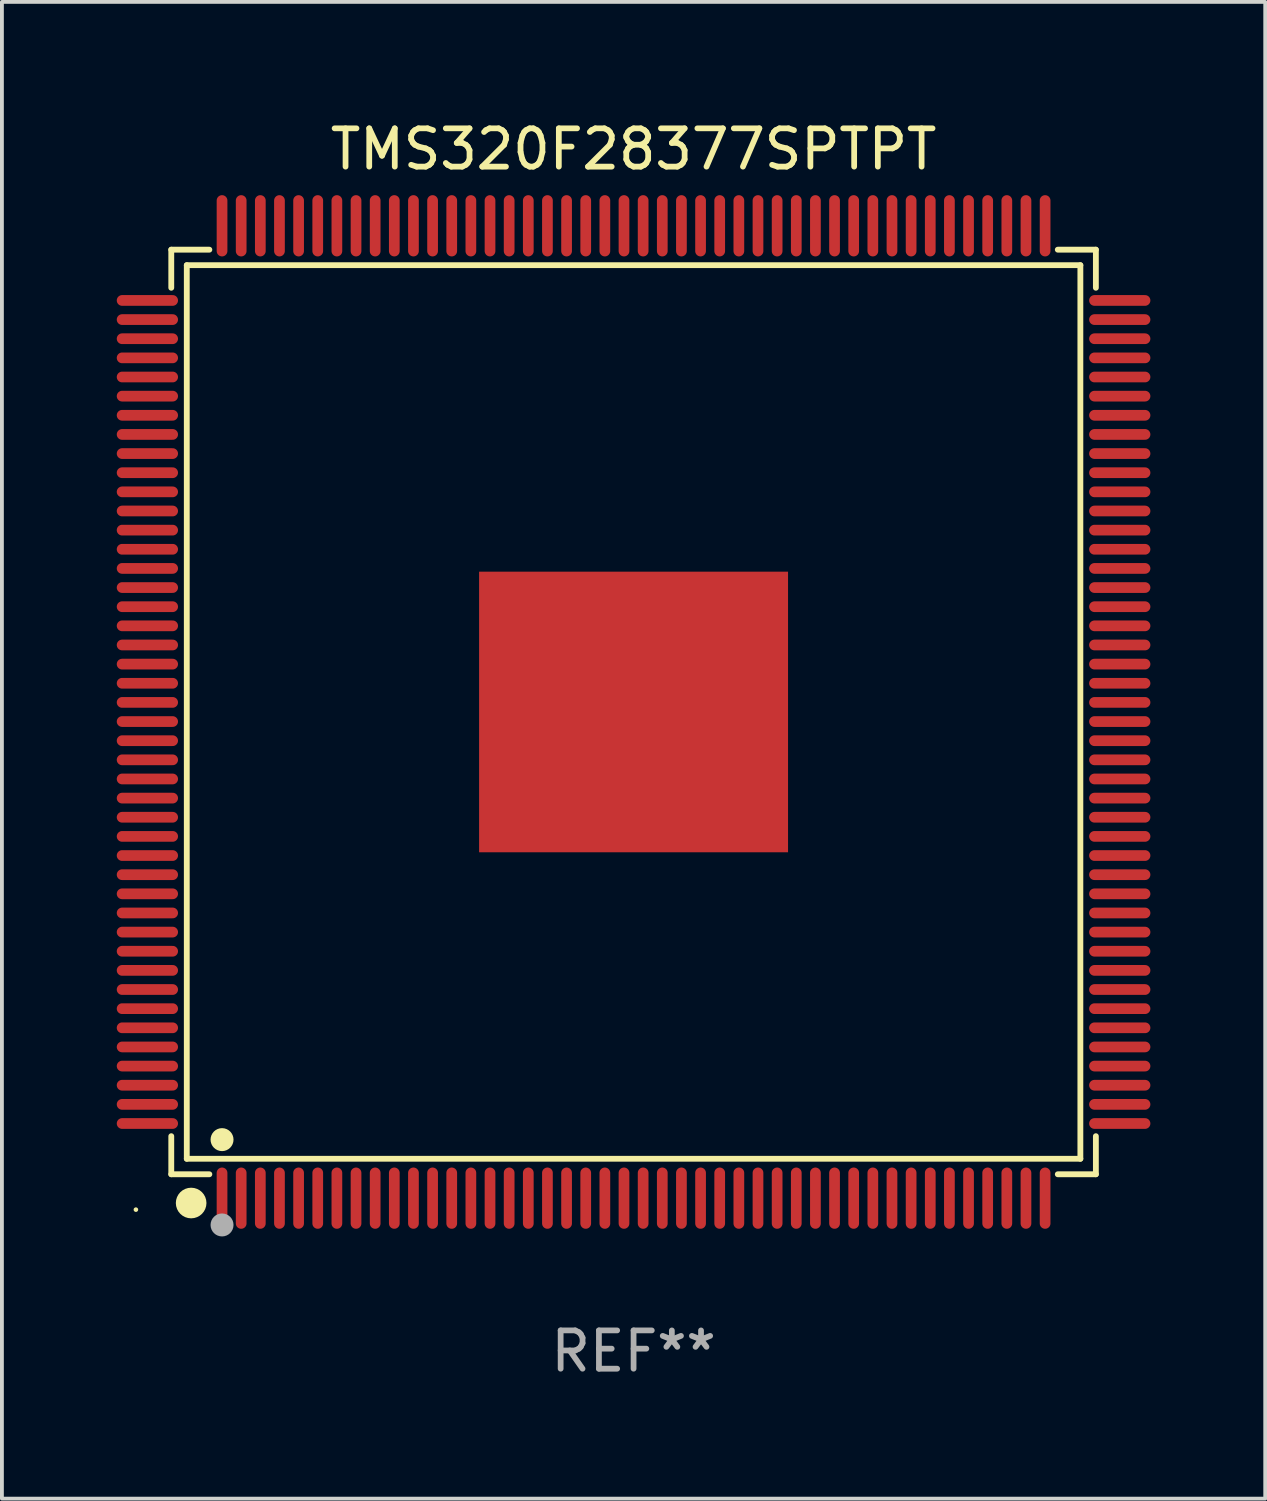
<source format=kicad_pcb>
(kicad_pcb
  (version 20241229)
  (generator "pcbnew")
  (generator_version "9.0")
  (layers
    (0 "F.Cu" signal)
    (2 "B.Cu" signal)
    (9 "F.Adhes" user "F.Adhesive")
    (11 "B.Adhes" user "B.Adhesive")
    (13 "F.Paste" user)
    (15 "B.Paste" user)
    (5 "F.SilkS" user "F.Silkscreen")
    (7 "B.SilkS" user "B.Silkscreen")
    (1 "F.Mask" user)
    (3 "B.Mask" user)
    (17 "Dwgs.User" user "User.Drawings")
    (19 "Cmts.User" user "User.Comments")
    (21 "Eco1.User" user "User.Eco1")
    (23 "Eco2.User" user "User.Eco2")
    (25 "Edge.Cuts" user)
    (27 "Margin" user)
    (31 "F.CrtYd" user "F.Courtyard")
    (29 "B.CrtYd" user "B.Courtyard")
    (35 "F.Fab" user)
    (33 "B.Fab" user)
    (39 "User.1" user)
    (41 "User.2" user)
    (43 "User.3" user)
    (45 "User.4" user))
  (footprint "TMS320F28377SPTPT"
    (layer "F.Cu")
    (at 13.5 15.548)
    (property "Reference" "TMS320F28377SPTPT" (at 0 -14.7 0) (layer "F.SilkS") (effects (font (size 1 1) (thickness 0.15))))
    (attr through_hole)
    (fp_line (start -12.076 -12.076) (end -11.081 -12.076) (stroke (width 0.152) (type solid)) (layer "F.SilkS"))
    (fp_line (start -12.076 -11.081) (end -12.076 -12.076) (stroke (width 0.152) (type solid)) (layer "F.SilkS"))
    (fp_line (start -12.076 11.081) (end -12.076 12.076) (stroke (width 0.152) (type solid)) (layer "F.SilkS"))
    (fp_line (start -12.076 12.076) (end -11.081 12.076) (stroke (width 0.152) (type solid)) (layer "F.SilkS"))
    (fp_line (start -11.671 -11.671) (end 11.671 -11.671) (stroke (width 0.152) (type solid)) (layer "F.SilkS"))
    (fp_line (start -11.671 11.671) (end -11.671 -11.671) (stroke (width 0.152) (type solid)) (layer "F.SilkS"))
    (fp_line (start 11.671 -11.671) (end 11.671 11.671) (stroke (width 0.152) (type solid)) (layer "F.SilkS"))
    (fp_line (start 11.671 11.671) (end -11.671 11.671) (stroke (width 0.152) (type solid)) (layer "F.SilkS"))
    (fp_line (start 12.076 -12.076) (end 11.081 -12.076) (stroke (width 0.152) (type solid)) (layer "F.SilkS"))
    (fp_line (start 12.076 -11.081) (end 12.076 -12.076) (stroke (width 0.152) (type solid)) (layer "F.SilkS"))
    (fp_line (start 12.076 11.081) (end 12.076 12.076) (stroke (width 0.152) (type solid)) (layer "F.SilkS"))
    (fp_line (start 12.076 12.076) (end 11.081 12.076) (stroke (width 0.152) (type solid)) (layer "F.SilkS"))
    (fp_circle (center -13 13) (end -12.97 13) (stroke (width 0.06) (type solid)) (fill no) (layer "F.SilkS"))
    (fp_circle (center -11.557 12.827) (end -11.357 12.827) (stroke (width 0.4) (type solid)) (fill no) (layer "F.SilkS"))
    (fp_circle (center -10.75 11.171) (end -10.6 11.171) (stroke (width 0.3) (type solid)) (fill no) (layer "F.SilkS"))
    (fp_circle (center -10.75 13.4) (end -10.6 13.4) (stroke (width 0.3) (type solid)) (fill no) (layer "F.Fab"))
    (fp_text user "REF**" (at 0 16.7 0) (layer "F.Fab") (effects (font (size 1 1) (thickness 0.15))))
    (pad "1" smd oval (at -10.75 12.7) (size 0.28 1.6) (layers "F.Cu" "F.Mask" "F.Paste"))
    (pad "2" smd oval (at -10.25 12.7) (size 0.28 1.6) (layers "F.Cu" "F.Mask" "F.Paste"))
    (pad "3" smd oval (at -9.75 12.7) (size 0.28 1.6) (layers "F.Cu" "F.Mask" "F.Paste"))
    (pad "4" smd oval (at -9.25 12.7) (size 0.28 1.6) (layers "F.Cu" "F.Mask" "F.Paste"))
    (pad "5" smd oval (at -8.75 12.7) (size 0.28 1.6) (layers "F.Cu" "F.Mask" "F.Paste"))
    (pad "6" smd oval (at -8.25 12.7) (size 0.28 1.6) (layers "F.Cu" "F.Mask" "F.Paste"))
    (pad "7" smd oval (at -7.75 12.7) (size 0.28 1.6) (layers "F.Cu" "F.Mask" "F.Paste"))
    (pad "8" smd oval (at -7.25 12.7) (size 0.28 1.6) (layers "F.Cu" "F.Mask" "F.Paste"))
    (pad "9" smd oval (at -6.75 12.7) (size 0.28 1.6) (layers "F.Cu" "F.Mask" "F.Paste"))
    (pad "10" smd oval (at -6.25 12.7) (size 0.28 1.6) (layers "F.Cu" "F.Mask" "F.Paste"))
    (pad "11" smd oval (at -5.75 12.7) (size 0.28 1.6) (layers "F.Cu" "F.Mask" "F.Paste"))
    (pad "12" smd oval (at -5.25 12.7) (size 0.28 1.6) (layers "F.Cu" "F.Mask" "F.Paste"))
    (pad "13" smd oval (at -4.75 12.7) (size 0.28 1.6) (layers "F.Cu" "F.Mask" "F.Paste"))
    (pad "14" smd oval (at -4.25 12.7) (size 0.28 1.6) (layers "F.Cu" "F.Mask" "F.Paste"))
    (pad "15" smd oval (at -3.75 12.7) (size 0.28 1.6) (layers "F.Cu" "F.Mask" "F.Paste"))
    (pad "16" smd oval (at -3.25 12.7) (size 0.28 1.6) (layers "F.Cu" "F.Mask" "F.Paste"))
    (pad "17" smd oval (at -2.75 12.7) (size 0.28 1.6) (layers "F.Cu" "F.Mask" "F.Paste"))
    (pad "18" smd oval (at -2.25 12.7) (size 0.28 1.6) (layers "F.Cu" "F.Mask" "F.Paste"))
    (pad "19" smd oval (at -1.75 12.7) (size 0.28 1.6) (layers "F.Cu" "F.Mask" "F.Paste"))
    (pad "20" smd oval (at -1.25 12.7) (size 0.28 1.6) (layers "F.Cu" "F.Mask" "F.Paste"))
    (pad "21" smd oval (at -0.75 12.7) (size 0.28 1.6) (layers "F.Cu" "F.Mask" "F.Paste"))
    (pad "22" smd oval (at -0.25 12.7) (size 0.28 1.6) (layers "F.Cu" "F.Mask" "F.Paste"))
    (pad "23" smd oval (at 0.25 12.7) (size 0.28 1.6) (layers "F.Cu" "F.Mask" "F.Paste"))
    (pad "24" smd oval (at 0.75 12.7) (size 0.28 1.6) (layers "F.Cu" "F.Mask" "F.Paste"))
    (pad "25" smd oval (at 1.25 12.7) (size 0.28 1.6) (layers "F.Cu" "F.Mask" "F.Paste"))
    (pad "26" smd oval (at 1.75 12.7) (size 0.28 1.6) (layers "F.Cu" "F.Mask" "F.Paste"))
    (pad "27" smd oval (at 2.25 12.7) (size 0.28 1.6) (layers "F.Cu" "F.Mask" "F.Paste"))
    (pad "28" smd oval (at 2.75 12.7) (size 0.28 1.6) (layers "F.Cu" "F.Mask" "F.Paste"))
    (pad "29" smd oval (at 3.25 12.7) (size 0.28 1.6) (layers "F.Cu" "F.Mask" "F.Paste"))
    (pad "30" smd oval (at 3.75 12.7) (size 0.28 1.6) (layers "F.Cu" "F.Mask" "F.Paste"))
    (pad "31" smd oval (at 4.25 12.7) (size 0.28 1.6) (layers "F.Cu" "F.Mask" "F.Paste"))
    (pad "32" smd oval (at 4.75 12.7) (size 0.28 1.6) (layers "F.Cu" "F.Mask" "F.Paste"))
    (pad "33" smd oval (at 5.25 12.7) (size 0.28 1.6) (layers "F.Cu" "F.Mask" "F.Paste"))
    (pad "34" smd oval (at 5.75 12.7) (size 0.28 1.6) (layers "F.Cu" "F.Mask" "F.Paste"))
    (pad "35" smd oval (at 6.25 12.7) (size 0.28 1.6) (layers "F.Cu" "F.Mask" "F.Paste"))
    (pad "36" smd oval (at 6.75 12.7) (size 0.28 1.6) (layers "F.Cu" "F.Mask" "F.Paste"))
    (pad "37" smd oval (at 7.25 12.7) (size 0.28 1.6) (layers "F.Cu" "F.Mask" "F.Paste"))
    (pad "38" smd oval (at 7.75 12.7) (size 0.28 1.6) (layers "F.Cu" "F.Mask" "F.Paste"))
    (pad "39" smd oval (at 8.25 12.7) (size 0.28 1.6) (layers "F.Cu" "F.Mask" "F.Paste"))
    (pad "40" smd oval (at 8.75 12.7) (size 0.28 1.6) (layers "F.Cu" "F.Mask" "F.Paste"))
    (pad "41" smd oval (at 9.25 12.7) (size 0.28 1.6) (layers "F.Cu" "F.Mask" "F.Paste"))
    (pad "42" smd oval (at 9.75 12.7) (size 0.28 1.6) (layers "F.Cu" "F.Mask" "F.Paste"))
    (pad "43" smd oval (at 10.25 12.7) (size 0.28 1.6) (layers "F.Cu" "F.Mask" "F.Paste"))
    (pad "44" smd oval (at 10.75 12.7) (size 0.28 1.6) (layers "F.Cu" "F.Mask" "F.Paste"))
    (pad "45" smd oval (at 12.7 10.75) (size 1.6 0.28) (layers "F.Cu" "F.Mask" "F.Paste"))
    (pad "46" smd oval (at 12.7 10.25) (size 1.6 0.28) (layers "F.Cu" "F.Mask" "F.Paste"))
    (pad "47" smd oval (at 12.7 9.75) (size 1.6 0.28) (layers "F.Cu" "F.Mask" "F.Paste"))
    (pad "48" smd oval (at 12.7 9.25) (size 1.6 0.28) (layers "F.Cu" "F.Mask" "F.Paste"))
    (pad "49" smd oval (at 12.7 8.75) (size 1.6 0.28) (layers "F.Cu" "F.Mask" "F.Paste"))
    (pad "50" smd oval (at 12.7 8.25) (size 1.6 0.28) (layers "F.Cu" "F.Mask" "F.Paste"))
    (pad "51" smd oval (at 12.7 7.75) (size 1.6 0.28) (layers "F.Cu" "F.Mask" "F.Paste"))
    (pad "52" smd oval (at 12.7 7.25) (size 1.6 0.28) (layers "F.Cu" "F.Mask" "F.Paste"))
    (pad "53" smd oval (at 12.7 6.75) (size 1.6 0.28) (layers "F.Cu" "F.Mask" "F.Paste"))
    (pad "54" smd oval (at 12.7 6.25) (size 1.6 0.28) (layers "F.Cu" "F.Mask" "F.Paste"))
    (pad "55" smd oval (at 12.7 5.75) (size 1.6 0.28) (layers "F.Cu" "F.Mask" "F.Paste"))
    (pad "56" smd oval (at 12.7 5.25) (size 1.6 0.28) (layers "F.Cu" "F.Mask" "F.Paste"))
    (pad "57" smd oval (at 12.7 4.75) (size 1.6 0.28) (layers "F.Cu" "F.Mask" "F.Paste"))
    (pad "58" smd oval (at 12.7 4.25) (size 1.6 0.28) (layers "F.Cu" "F.Mask" "F.Paste"))
    (pad "59" smd oval (at 12.7 3.75) (size 1.6 0.28) (layers "F.Cu" "F.Mask" "F.Paste"))
    (pad "60" smd oval (at 12.7 3.25) (size 1.6 0.28) (layers "F.Cu" "F.Mask" "F.Paste"))
    (pad "61" smd oval (at 12.7 2.75) (size 1.6 0.28) (layers "F.Cu" "F.Mask" "F.Paste"))
    (pad "62" smd oval (at 12.7 2.25) (size 1.6 0.28) (layers "F.Cu" "F.Mask" "F.Paste"))
    (pad "63" smd oval (at 12.7 1.75) (size 1.6 0.28) (layers "F.Cu" "F.Mask" "F.Paste"))
    (pad "64" smd oval (at 12.7 1.25) (size 1.6 0.28) (layers "F.Cu" "F.Mask" "F.Paste"))
    (pad "65" smd oval (at 12.7 0.75) (size 1.6 0.28) (layers "F.Cu" "F.Mask" "F.Paste"))
    (pad "66" smd oval (at 12.7 0.25) (size 1.6 0.28) (layers "F.Cu" "F.Mask" "F.Paste"))
    (pad "67" smd oval (at 12.7 -0.25) (size 1.6 0.28) (layers "F.Cu" "F.Mask" "F.Paste"))
    (pad "68" smd oval (at 12.7 -0.75) (size 1.6 0.28) (layers "F.Cu" "F.Mask" "F.Paste"))
    (pad "69" smd oval (at 12.7 -1.25) (size 1.6 0.28) (layers "F.Cu" "F.Mask" "F.Paste"))
    (pad "70" smd oval (at 12.7 -1.75) (size 1.6 0.28) (layers "F.Cu" "F.Mask" "F.Paste"))
    (pad "71" smd oval (at 12.7 -2.25) (size 1.6 0.28) (layers "F.Cu" "F.Mask" "F.Paste"))
    (pad "72" smd oval (at 12.7 -2.75) (size 1.6 0.28) (layers "F.Cu" "F.Mask" "F.Paste"))
    (pad "73" smd oval (at 12.7 -3.25) (size 1.6 0.28) (layers "F.Cu" "F.Mask" "F.Paste"))
    (pad "74" smd oval (at 12.7 -3.75) (size 1.6 0.28) (layers "F.Cu" "F.Mask" "F.Paste"))
    (pad "75" smd oval (at 12.7 -4.25) (size 1.6 0.28) (layers "F.Cu" "F.Mask" "F.Paste"))
    (pad "76" smd oval (at 12.7 -4.75) (size 1.6 0.28) (layers "F.Cu" "F.Mask" "F.Paste"))
    (pad "77" smd oval (at 12.7 -5.25) (size 1.6 0.28) (layers "F.Cu" "F.Mask" "F.Paste"))
    (pad "78" smd oval (at 12.7 -5.75) (size 1.6 0.28) (layers "F.Cu" "F.Mask" "F.Paste"))
    (pad "79" smd oval (at 12.7 -6.25) (size 1.6 0.28) (layers "F.Cu" "F.Mask" "F.Paste"))
    (pad "80" smd oval (at 12.7 -6.75) (size 1.6 0.28) (layers "F.Cu" "F.Mask" "F.Paste"))
    (pad "81" smd oval (at 12.7 -7.25) (size 1.6 0.28) (layers "F.Cu" "F.Mask" "F.Paste"))
    (pad "82" smd oval (at 12.7 -7.75) (size 1.6 0.28) (layers "F.Cu" "F.Mask" "F.Paste"))
    (pad "83" smd oval (at 12.7 -8.25) (size 1.6 0.28) (layers "F.Cu" "F.Mask" "F.Paste"))
    (pad "84" smd oval (at 12.7 -8.75) (size 1.6 0.28) (layers "F.Cu" "F.Mask" "F.Paste"))
    (pad "85" smd oval (at 12.7 -9.25) (size 1.6 0.28) (layers "F.Cu" "F.Mask" "F.Paste"))
    (pad "86" smd oval (at 12.7 -9.75) (size 1.6 0.28) (layers "F.Cu" "F.Mask" "F.Paste"))
    (pad "87" smd oval (at 12.7 -10.25) (size 1.6 0.28) (layers "F.Cu" "F.Mask" "F.Paste"))
    (pad "88" smd oval (at 12.7 -10.75) (size 1.6 0.28) (layers "F.Cu" "F.Mask" "F.Paste"))
    (pad "89" smd oval (at 10.75 -12.7) (size 0.28 1.6) (layers "F.Cu" "F.Mask" "F.Paste"))
    (pad "90" smd oval (at 10.25 -12.7) (size 0.28 1.6) (layers "F.Cu" "F.Mask" "F.Paste"))
    (pad "91" smd oval (at 9.75 -12.7) (size 0.28 1.6) (layers "F.Cu" "F.Mask" "F.Paste"))
    (pad "92" smd oval (at 9.25 -12.7) (size 0.28 1.6) (layers "F.Cu" "F.Mask" "F.Paste"))
    (pad "93" smd oval (at 8.75 -12.7) (size 0.28 1.6) (layers "F.Cu" "F.Mask" "F.Paste"))
    (pad "94" smd oval (at 8.25 -12.7) (size 0.28 1.6) (layers "F.Cu" "F.Mask" "F.Paste"))
    (pad "95" smd oval (at 7.75 -12.7) (size 0.28 1.6) (layers "F.Cu" "F.Mask" "F.Paste"))
    (pad "96" smd oval (at 7.25 -12.7) (size 0.28 1.6) (layers "F.Cu" "F.Mask" "F.Paste"))
    (pad "97" smd oval (at 6.75 -12.7) (size 0.28 1.6) (layers "F.Cu" "F.Mask" "F.Paste"))
    (pad "98" smd oval (at 6.25 -12.7) (size 0.28 1.6) (layers "F.Cu" "F.Mask" "F.Paste"))
    (pad "99" smd oval (at 5.75 -12.7) (size 0.28 1.6) (layers "F.Cu" "F.Mask" "F.Paste"))
    (pad "100" smd oval (at 5.25 -12.7) (size 0.28 1.6) (layers "F.Cu" "F.Mask" "F.Paste"))
    (pad "101" smd oval (at 4.75 -12.7) (size 0.28 1.6) (layers "F.Cu" "F.Mask" "F.Paste"))
    (pad "102" smd oval (at 4.25 -12.7) (size 0.28 1.6) (layers "F.Cu" "F.Mask" "F.Paste"))
    (pad "103" smd oval (at 3.75 -12.7) (size 0.28 1.6) (layers "F.Cu" "F.Mask" "F.Paste"))
    (pad "104" smd oval (at 3.25 -12.7) (size 0.28 1.6) (layers "F.Cu" "F.Mask" "F.Paste"))
    (pad "105" smd oval (at 2.75 -12.7) (size 0.28 1.6) (layers "F.Cu" "F.Mask" "F.Paste"))
    (pad "106" smd oval (at 2.25 -12.7) (size 0.28 1.6) (layers "F.Cu" "F.Mask" "F.Paste"))
    (pad "107" smd oval (at 1.75 -12.7) (size 0.28 1.6) (layers "F.Cu" "F.Mask" "F.Paste"))
    (pad "108" smd oval (at 1.25 -12.7) (size 0.28 1.6) (layers "F.Cu" "F.Mask" "F.Paste"))
    (pad "109" smd oval (at 0.75 -12.7) (size 0.28 1.6) (layers "F.Cu" "F.Mask" "F.Paste"))
    (pad "110" smd oval (at 0.25 -12.7) (size 0.28 1.6) (layers "F.Cu" "F.Mask" "F.Paste"))
    (pad "111" smd oval (at -0.25 -12.7) (size 0.28 1.6) (layers "F.Cu" "F.Mask" "F.Paste"))
    (pad "112" smd oval (at -0.75 -12.7) (size 0.28 1.6) (layers "F.Cu" "F.Mask" "F.Paste"))
    (pad "113" smd oval (at -1.25 -12.7) (size 0.28 1.6) (layers "F.Cu" "F.Mask" "F.Paste"))
    (pad "114" smd oval (at -1.75 -12.7) (size 0.28 1.6) (layers "F.Cu" "F.Mask" "F.Paste"))
    (pad "115" smd oval (at -2.25 -12.7) (size 0.28 1.6) (layers "F.Cu" "F.Mask" "F.Paste"))
    (pad "116" smd oval (at -2.75 -12.7) (size 0.28 1.6) (layers "F.Cu" "F.Mask" "F.Paste"))
    (pad "117" smd oval (at -3.25 -12.7) (size 0.28 1.6) (layers "F.Cu" "F.Mask" "F.Paste"))
    (pad "118" smd oval (at -3.75 -12.7) (size 0.28 1.6) (layers "F.Cu" "F.Mask" "F.Paste"))
    (pad "119" smd oval (at -4.25 -12.7) (size 0.28 1.6) (layers "F.Cu" "F.Mask" "F.Paste"))
    (pad "120" smd oval (at -4.75 -12.7) (size 0.28 1.6) (layers "F.Cu" "F.Mask" "F.Paste"))
    (pad "121" smd oval (at -5.25 -12.7) (size 0.28 1.6) (layers "F.Cu" "F.Mask" "F.Paste"))
    (pad "122" smd oval (at -5.75 -12.7) (size 0.28 1.6) (layers "F.Cu" "F.Mask" "F.Paste"))
    (pad "123" smd oval (at -6.25 -12.7) (size 0.28 1.6) (layers "F.Cu" "F.Mask" "F.Paste"))
    (pad "124" smd oval (at -6.75 -12.7) (size 0.28 1.6) (layers "F.Cu" "F.Mask" "F.Paste"))
    (pad "125" smd oval (at -7.25 -12.7) (size 0.28 1.6) (layers "F.Cu" "F.Mask" "F.Paste"))
    (pad "126" smd oval (at -7.75 -12.7) (size 0.28 1.6) (layers "F.Cu" "F.Mask" "F.Paste"))
    (pad "127" smd oval (at -8.25 -12.7) (size 0.28 1.6) (layers "F.Cu" "F.Mask" "F.Paste"))
    (pad "128" smd oval (at -8.75 -12.7) (size 0.28 1.6) (layers "F.Cu" "F.Mask" "F.Paste"))
    (pad "129" smd oval (at -9.25 -12.7) (size 0.28 1.6) (layers "F.Cu" "F.Mask" "F.Paste"))
    (pad "130" smd oval (at -9.75 -12.7) (size 0.28 1.6) (layers "F.Cu" "F.Mask" "F.Paste"))
    (pad "131" smd oval (at -10.25 -12.7) (size 0.28 1.6) (layers "F.Cu" "F.Mask" "F.Paste"))
    (pad "132" smd oval (at -10.75 -12.7) (size 0.28 1.6) (layers "F.Cu" "F.Mask" "F.Paste"))
    (pad "133" smd oval (at -12.7 -10.75) (size 1.6 0.28) (layers "F.Cu" "F.Mask" "F.Paste"))
    (pad "134" smd oval (at -12.7 -10.25) (size 1.6 0.28) (layers "F.Cu" "F.Mask" "F.Paste"))
    (pad "135" smd oval (at -12.7 -9.75) (size 1.6 0.28) (layers "F.Cu" "F.Mask" "F.Paste"))
    (pad "136" smd oval (at -12.7 -9.25) (size 1.6 0.28) (layers "F.Cu" "F.Mask" "F.Paste"))
    (pad "137" smd oval (at -12.7 -8.75) (size 1.6 0.28) (layers "F.Cu" "F.Mask" "F.Paste"))
    (pad "138" smd oval (at -12.7 -8.25) (size 1.6 0.28) (layers "F.Cu" "F.Mask" "F.Paste"))
    (pad "139" smd oval (at -12.7 -7.75) (size 1.6 0.28) (layers "F.Cu" "F.Mask" "F.Paste"))
    (pad "140" smd oval (at -12.7 -7.25) (size 1.6 0.28) (layers "F.Cu" "F.Mask" "F.Paste"))
    (pad "141" smd oval (at -12.7 -6.75) (size 1.6 0.28) (layers "F.Cu" "F.Mask" "F.Paste"))
    (pad "142" smd oval (at -12.7 -6.25) (size 1.6 0.28) (layers "F.Cu" "F.Mask" "F.Paste"))
    (pad "143" smd oval (at -12.7 -5.75) (size 1.6 0.28) (layers "F.Cu" "F.Mask" "F.Paste"))
    (pad "144" smd oval (at -12.7 -5.25) (size 1.6 0.28) (layers "F.Cu" "F.Mask" "F.Paste"))
    (pad "145" smd oval (at -12.7 -4.75) (size 1.6 0.28) (layers "F.Cu" "F.Mask" "F.Paste"))
    (pad "146" smd oval (at -12.7 -4.25) (size 1.6 0.28) (layers "F.Cu" "F.Mask" "F.Paste"))
    (pad "147" smd oval (at -12.7 -3.75) (size 1.6 0.28) (layers "F.Cu" "F.Mask" "F.Paste"))
    (pad "148" smd oval (at -12.7 -3.25) (size 1.6 0.28) (layers "F.Cu" "F.Mask" "F.Paste"))
    (pad "149" smd oval (at -12.7 -2.75) (size 1.6 0.28) (layers "F.Cu" "F.Mask" "F.Paste"))
    (pad "150" smd oval (at -12.7 -2.25) (size 1.6 0.28) (layers "F.Cu" "F.Mask" "F.Paste"))
    (pad "151" smd oval (at -12.7 -1.75) (size 1.6 0.28) (layers "F.Cu" "F.Mask" "F.Paste"))
    (pad "152" smd oval (at -12.7 -1.25) (size 1.6 0.28) (layers "F.Cu" "F.Mask" "F.Paste"))
    (pad "153" smd oval (at -12.7 -0.75) (size 1.6 0.28) (layers "F.Cu" "F.Mask" "F.Paste"))
    (pad "154" smd oval (at -12.7 -0.25) (size 1.6 0.28) (layers "F.Cu" "F.Mask" "F.Paste"))
    (pad "155" smd oval (at -12.7 0.25) (size 1.6 0.28) (layers "F.Cu" "F.Mask" "F.Paste"))
    (pad "156" smd oval (at -12.7 0.75) (size 1.6 0.28) (layers "F.Cu" "F.Mask" "F.Paste"))
    (pad "157" smd oval (at -12.7 1.25) (size 1.6 0.28) (layers "F.Cu" "F.Mask" "F.Paste"))
    (pad "158" smd oval (at -12.7 1.75) (size 1.6 0.28) (layers "F.Cu" "F.Mask" "F.Paste"))
    (pad "159" smd oval (at -12.7 2.25) (size 1.6 0.28) (layers "F.Cu" "F.Mask" "F.Paste"))
    (pad "160" smd oval (at -12.7 2.75) (size 1.6 0.28) (layers "F.Cu" "F.Mask" "F.Paste"))
    (pad "161" smd oval (at -12.7 3.25) (size 1.6 0.28) (layers "F.Cu" "F.Mask" "F.Paste"))
    (pad "162" smd oval (at -12.7 3.75) (size 1.6 0.28) (layers "F.Cu" "F.Mask" "F.Paste"))
    (pad "163" smd oval (at -12.7 4.25) (size 1.6 0.28) (layers "F.Cu" "F.Mask" "F.Paste"))
    (pad "164" smd oval (at -12.7 4.75) (size 1.6 0.28) (layers "F.Cu" "F.Mask" "F.Paste"))
    (pad "165" smd oval (at -12.7 5.25) (size 1.6 0.28) (layers "F.Cu" "F.Mask" "F.Paste"))
    (pad "166" smd oval (at -12.7 5.75) (size 1.6 0.28) (layers "F.Cu" "F.Mask" "F.Paste"))
    (pad "167" smd oval (at -12.7 6.25) (size 1.6 0.28) (layers "F.Cu" "F.Mask" "F.Paste"))
    (pad "168" smd oval (at -12.7 6.75) (size 1.6 0.28) (layers "F.Cu" "F.Mask" "F.Paste"))
    (pad "169" smd oval (at -12.7 7.25) (size 1.6 0.28) (layers "F.Cu" "F.Mask" "F.Paste"))
    (pad "170" smd oval (at -12.7 7.75) (size 1.6 0.28) (layers "F.Cu" "F.Mask" "F.Paste"))
    (pad "171" smd oval (at -12.7 8.25) (size 1.6 0.28) (layers "F.Cu" "F.Mask" "F.Paste"))
    (pad "172" smd oval (at -12.7 8.75) (size 1.6 0.28) (layers "F.Cu" "F.Mask" "F.Paste"))
    (pad "173" smd oval (at -12.7 9.25) (size 1.6 0.28) (layers "F.Cu" "F.Mask" "F.Paste"))
    (pad "174" smd oval (at -12.7 9.75) (size 1.6 0.28) (layers "F.Cu" "F.Mask" "F.Paste"))
    (pad "175" smd oval (at -12.7 10.25) (size 1.6 0.28) (layers "F.Cu" "F.Mask" "F.Paste"))
    (pad "176" smd oval (at -12.7 10.75) (size 1.6 0.28) (layers "F.Cu" "F.Mask" "F.Paste"))
    (pad "177" smd rect (at 0 0) (size 8.07 7.33) (layers "F.Cu" "F.Mask" "F.Paste")))
  (gr_rect
    (start -3 -3)
    (end 30 36.097)
    (stroke (width 0.1) (type default))
    (fill no)
    (layer "Edge.Cuts")))
</source>
